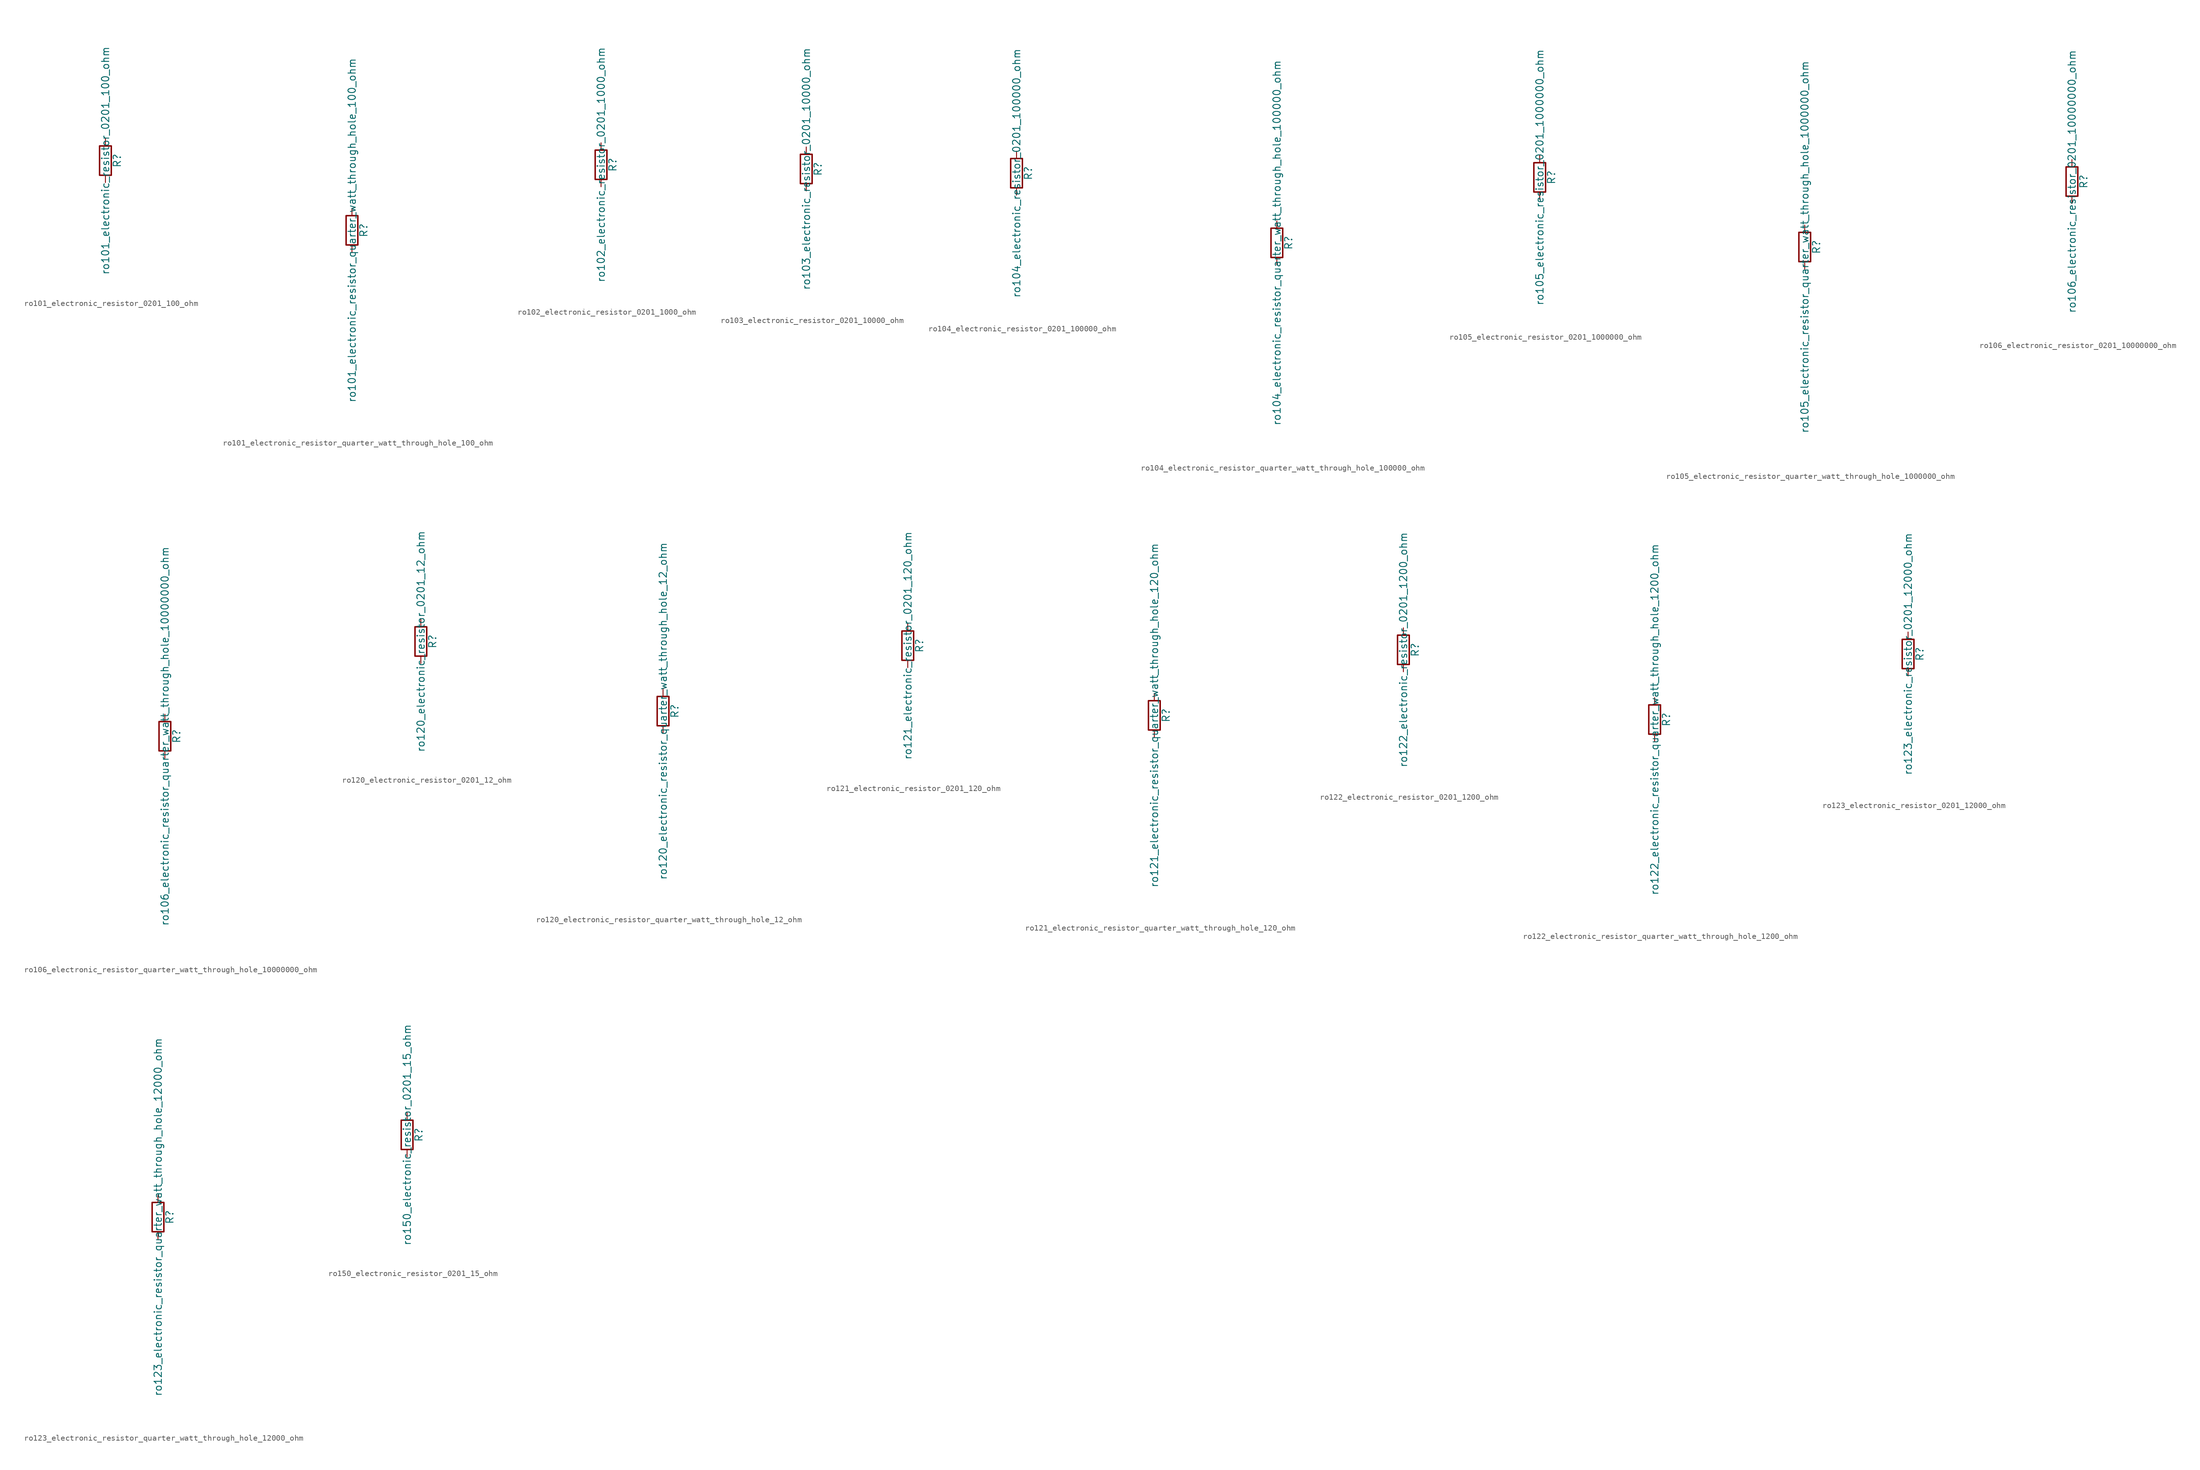
<source format=kicad_sym>
(kicad_symbol_lib
  (version 20220914)
  (generator kicad_symbol_editor)
  (symbol "ro101_electronic_resistor_0201_100_ohm"
    (pin_numbers hide)
    (pin_names
      (offset 0))
    (property "Reference" "R"
      (at 2.032 0 90)
      (effects (font (size 1.27 1.27))))
    (property "Value" "ro101_electronic_resistor_0201_100_ohm"
      (at 0 0 90)
      (effects (font (size 1.27 1.27))))
    (symbol "ro101_electronic_resistor_0201_100_ohm_0_1"
      (rectangle (start -1.016 -2.54) (end 1.016 2.54) (stroke (width 0.254) (type default)) (fill (type none))))
    (symbol "ro101_electronic_resistor_0201_100_ohm_1_1"
      (pin passive line (at 0 3.81 270) (length 1.27) (name "~" (effects (font (size 1.27 1.27)))) (number "1" (effects (font (size 1.27 1.27)))))
      (pin passive line (at 0 -3.81 90) (length 1.27) (name "~" (effects (font (size 1.27 1.27)))) (number "2" (effects (font (size 1.27 1.27)))))))
  (symbol "ro101_electronic_resistor_quarter_watt_through_hole_100_ohm"
    (pin_numbers hide)
    (pin_names
      (offset 0))
    (property "Reference" "R"
      (at 2.032 0 90)
      (effects (font (size 1.27 1.27))))
    (property "Value" "ro101_electronic_resistor_quarter_watt_through_hole_100_ohm"
      (at 0 0 90)
      (effects (font (size 1.27 1.27))))
    (symbol "ro101_electronic_resistor_quarter_watt_through_hole_100_ohm_0_1"
      (rectangle (start -1.016 -2.54) (end 1.016 2.54) (stroke (width 0.254) (type default)) (fill (type none))))
    (symbol "ro101_electronic_resistor_quarter_watt_through_hole_100_ohm_1_1"
      (pin passive line (at 0 3.81 270) (length 1.27) (name "~" (effects (font (size 1.27 1.27)))) (number "1" (effects (font (size 1.27 1.27)))))
      (pin passive line (at 0 -3.81 90) (length 1.27) (name "~" (effects (font (size 1.27 1.27)))) (number "2" (effects (font (size 1.27 1.27)))))))
  (symbol "ro102_electronic_resistor_0201_1000_ohm"
    (pin_numbers hide)
    (pin_names
      (offset 0))
    (property "Reference" "R"
      (at 2.032 0 90)
      (effects (font (size 1.27 1.27))))
    (property "Value" "ro102_electronic_resistor_0201_1000_ohm"
      (at 0 0 90)
      (effects (font (size 1.27 1.27))))
    (symbol "ro102_electronic_resistor_0201_1000_ohm_0_1"
      (rectangle (start -1.016 -2.54) (end 1.016 2.54) (stroke (width 0.254) (type default)) (fill (type none))))
    (symbol "ro102_electronic_resistor_0201_1000_ohm_1_1"
      (pin passive line (at 0 3.81 270) (length 1.27) (name "~" (effects (font (size 1.27 1.27)))) (number "1" (effects (font (size 1.27 1.27)))))
      (pin passive line (at 0 -3.81 90) (length 1.27) (name "~" (effects (font (size 1.27 1.27)))) (number "2" (effects (font (size 1.27 1.27)))))))
  (symbol "ro103_electronic_resistor_0201_10000_ohm"
    (pin_numbers hide)
    (pin_names
      (offset 0))
    (property "Reference" "R"
      (at 2.032 0 90)
      (effects (font (size 1.27 1.27))))
    (property "Value" "ro103_electronic_resistor_0201_10000_ohm"
      (at 0 0 90)
      (effects (font (size 1.27 1.27))))
    (symbol "ro103_electronic_resistor_0201_10000_ohm_0_1"
      (rectangle (start -1.016 -2.54) (end 1.016 2.54) (stroke (width 0.254) (type default)) (fill (type none))))
    (symbol "ro103_electronic_resistor_0201_10000_ohm_1_1"
      (pin passive line (at 0 3.81 270) (length 1.27) (name "~" (effects (font (size 1.27 1.27)))) (number "1" (effects (font (size 1.27 1.27)))))
      (pin passive line (at 0 -3.81 90) (length 1.27) (name "~" (effects (font (size 1.27 1.27)))) (number "2" (effects (font (size 1.27 1.27)))))))
  (symbol "ro104_electronic_resistor_0201_100000_ohm"
    (pin_numbers hide)
    (pin_names
      (offset 0))
    (property "Reference" "R"
      (at 2.032 0 90)
      (effects (font (size 1.27 1.27))))
    (property "Value" "ro104_electronic_resistor_0201_100000_ohm"
      (at 0 0 90)
      (effects (font (size 1.27 1.27))))
    (symbol "ro104_electronic_resistor_0201_100000_ohm_0_1"
      (rectangle (start -1.016 -2.54) (end 1.016 2.54) (stroke (width 0.254) (type default)) (fill (type none))))
    (symbol "ro104_electronic_resistor_0201_100000_ohm_1_1"
      (pin passive line (at 0 3.81 270) (length 1.27) (name "~" (effects (font (size 1.27 1.27)))) (number "1" (effects (font (size 1.27 1.27)))))
      (pin passive line (at 0 -3.81 90) (length 1.27) (name "~" (effects (font (size 1.27 1.27)))) (number "2" (effects (font (size 1.27 1.27)))))))
  (symbol "ro104_electronic_resistor_quarter_watt_through_hole_100000_ohm"
    (pin_numbers hide)
    (pin_names
      (offset 0))
    (property "Reference" "R"
      (at 2.032 0 90)
      (effects (font (size 1.27 1.27))))
    (property "Value" "ro104_electronic_resistor_quarter_watt_through_hole_100000_ohm"
      (at 0 0 90)
      (effects (font (size 1.27 1.27))))
    (symbol "ro104_electronic_resistor_quarter_watt_through_hole_100000_ohm_0_1"
      (rectangle (start -1.016 -2.54) (end 1.016 2.54) (stroke (width 0.254) (type default)) (fill (type none))))
    (symbol "ro104_electronic_resistor_quarter_watt_through_hole_100000_ohm_1_1"
      (pin passive line (at 0 3.81 270) (length 1.27) (name "~" (effects (font (size 1.27 1.27)))) (number "1" (effects (font (size 1.27 1.27)))))
      (pin passive line (at 0 -3.81 90) (length 1.27) (name "~" (effects (font (size 1.27 1.27)))) (number "2" (effects (font (size 1.27 1.27)))))))
  (symbol "ro105_electronic_resistor_0201_1000000_ohm"
    (pin_numbers hide)
    (pin_names
      (offset 0))
    (property "Reference" "R"
      (at 2.032 0 90)
      (effects (font (size 1.27 1.27))))
    (property "Value" "ro105_electronic_resistor_0201_1000000_ohm"
      (at 0 0 90)
      (effects (font (size 1.27 1.27))))
    (symbol "ro105_electronic_resistor_0201_1000000_ohm_0_1"
      (rectangle (start -1.016 -2.54) (end 1.016 2.54) (stroke (width 0.254) (type default)) (fill (type none))))
    (symbol "ro105_electronic_resistor_0201_1000000_ohm_1_1"
      (pin passive line (at 0 3.81 270) (length 1.27) (name "~" (effects (font (size 1.27 1.27)))) (number "1" (effects (font (size 1.27 1.27)))))
      (pin passive line (at 0 -3.81 90) (length 1.27) (name "~" (effects (font (size 1.27 1.27)))) (number "2" (effects (font (size 1.27 1.27)))))))
  (symbol "ro105_electronic_resistor_quarter_watt_through_hole_1000000_ohm"
    (pin_numbers hide)
    (pin_names
      (offset 0))
    (property "Reference" "R"
      (at 2.032 0 90)
      (effects (font (size 1.27 1.27))))
    (property "Value" "ro105_electronic_resistor_quarter_watt_through_hole_1000000_ohm"
      (at 0 0 90)
      (effects (font (size 1.27 1.27))))
    (symbol "ro105_electronic_resistor_quarter_watt_through_hole_1000000_ohm_0_1"
      (rectangle (start -1.016 -2.54) (end 1.016 2.54) (stroke (width 0.254) (type default)) (fill (type none))))
    (symbol "ro105_electronic_resistor_quarter_watt_through_hole_1000000_ohm_1_1"
      (pin passive line (at 0 3.81 270) (length 1.27) (name "~" (effects (font (size 1.27 1.27)))) (number "1" (effects (font (size 1.27 1.27)))))
      (pin passive line (at 0 -3.81 90) (length 1.27) (name "~" (effects (font (size 1.27 1.27)))) (number "2" (effects (font (size 1.27 1.27)))))))
  (symbol "ro106_electronic_resistor_0201_10000000_ohm"
    (pin_numbers hide)
    (pin_names
      (offset 0))
    (property "Reference" "R"
      (at 2.032 0 90)
      (effects (font (size 1.27 1.27))))
    (property "Value" "ro106_electronic_resistor_0201_10000000_ohm"
      (at 0 0 90)
      (effects (font (size 1.27 1.27))))
    (symbol "ro106_electronic_resistor_0201_10000000_ohm_0_1"
      (rectangle (start -1.016 -2.54) (end 1.016 2.54) (stroke (width 0.254) (type default)) (fill (type none))))
    (symbol "ro106_electronic_resistor_0201_10000000_ohm_1_1"
      (pin passive line (at 0 3.81 270) (length 1.27) (name "~" (effects (font (size 1.27 1.27)))) (number "1" (effects (font (size 1.27 1.27)))))
      (pin passive line (at 0 -3.81 90) (length 1.27) (name "~" (effects (font (size 1.27 1.27)))) (number "2" (effects (font (size 1.27 1.27)))))))
  (symbol "ro106_electronic_resistor_quarter_watt_through_hole_10000000_ohm"
    (pin_numbers hide)
    (pin_names
      (offset 0))
    (property "Reference" "R"
      (at 2.032 0 90)
      (effects (font (size 1.27 1.27))))
    (property "Value" "ro106_electronic_resistor_quarter_watt_through_hole_10000000_ohm"
      (at 0 0 90)
      (effects (font (size 1.27 1.27))))
    (symbol "ro106_electronic_resistor_quarter_watt_through_hole_10000000_ohm_0_1"
      (rectangle (start -1.016 -2.54) (end 1.016 2.54) (stroke (width 0.254) (type default)) (fill (type none))))
    (symbol "ro106_electronic_resistor_quarter_watt_through_hole_10000000_ohm_1_1"
      (pin passive line (at 0 3.81 270) (length 1.27) (name "~" (effects (font (size 1.27 1.27)))) (number "1" (effects (font (size 1.27 1.27)))))
      (pin passive line (at 0 -3.81 90) (length 1.27) (name "~" (effects (font (size 1.27 1.27)))) (number "2" (effects (font (size 1.27 1.27)))))))
  (symbol "ro120_electronic_resistor_0201_12_ohm"
    (pin_numbers hide)
    (pin_names
      (offset 0))
    (property "Reference" "R"
      (at 2.032 0 90)
      (effects (font (size 1.27 1.27))))
    (property "Value" "ro120_electronic_resistor_0201_12_ohm"
      (at 0 0 90)
      (effects (font (size 1.27 1.27))))
    (symbol "ro120_electronic_resistor_0201_12_ohm_0_1"
      (rectangle (start -1.016 -2.54) (end 1.016 2.54) (stroke (width 0.254) (type default)) (fill (type none))))
    (symbol "ro120_electronic_resistor_0201_12_ohm_1_1"
      (pin passive line (at 0 3.81 270) (length 1.27) (name "~" (effects (font (size 1.27 1.27)))) (number "1" (effects (font (size 1.27 1.27)))))
      (pin passive line (at 0 -3.81 90) (length 1.27) (name "~" (effects (font (size 1.27 1.27)))) (number "2" (effects (font (size 1.27 1.27)))))))
  (symbol "ro120_electronic_resistor_quarter_watt_through_hole_12_ohm"
    (pin_numbers hide)
    (pin_names
      (offset 0))
    (property "Reference" "R"
      (at 2.032 0 90)
      (effects (font (size 1.27 1.27))))
    (property "Value" "ro120_electronic_resistor_quarter_watt_through_hole_12_ohm"
      (at 0 0 90)
      (effects (font (size 1.27 1.27))))
    (symbol "ro120_electronic_resistor_quarter_watt_through_hole_12_ohm_0_1"
      (rectangle (start -1.016 -2.54) (end 1.016 2.54) (stroke (width 0.254) (type default)) (fill (type none))))
    (symbol "ro120_electronic_resistor_quarter_watt_through_hole_12_ohm_1_1"
      (pin passive line (at 0 3.81 270) (length 1.27) (name "~" (effects (font (size 1.27 1.27)))) (number "1" (effects (font (size 1.27 1.27)))))
      (pin passive line (at 0 -3.81 90) (length 1.27) (name "~" (effects (font (size 1.27 1.27)))) (number "2" (effects (font (size 1.27 1.27)))))))
  (symbol "ro121_electronic_resistor_0201_120_ohm"
    (pin_numbers hide)
    (pin_names
      (offset 0))
    (property "Reference" "R"
      (at 2.032 0 90)
      (effects (font (size 1.27 1.27))))
    (property "Value" "ro121_electronic_resistor_0201_120_ohm"
      (at 0 0 90)
      (effects (font (size 1.27 1.27))))
    (symbol "ro121_electronic_resistor_0201_120_ohm_0_1"
      (rectangle (start -1.016 -2.54) (end 1.016 2.54) (stroke (width 0.254) (type default)) (fill (type none))))
    (symbol "ro121_electronic_resistor_0201_120_ohm_1_1"
      (pin passive line (at 0 3.81 270) (length 1.27) (name "~" (effects (font (size 1.27 1.27)))) (number "1" (effects (font (size 1.27 1.27)))))
      (pin passive line (at 0 -3.81 90) (length 1.27) (name "~" (effects (font (size 1.27 1.27)))) (number "2" (effects (font (size 1.27 1.27)))))))
  (symbol "ro121_electronic_resistor_quarter_watt_through_hole_120_ohm"
    (pin_numbers hide)
    (pin_names
      (offset 0))
    (property "Reference" "R"
      (at 2.032 0 90)
      (effects (font (size 1.27 1.27))))
    (property "Value" "ro121_electronic_resistor_quarter_watt_through_hole_120_ohm"
      (at 0 0 90)
      (effects (font (size 1.27 1.27))))
    (symbol "ro121_electronic_resistor_quarter_watt_through_hole_120_ohm_0_1"
      (rectangle (start -1.016 -2.54) (end 1.016 2.54) (stroke (width 0.254) (type default)) (fill (type none))))
    (symbol "ro121_electronic_resistor_quarter_watt_through_hole_120_ohm_1_1"
      (pin passive line (at 0 3.81 270) (length 1.27) (name "~" (effects (font (size 1.27 1.27)))) (number "1" (effects (font (size 1.27 1.27)))))
      (pin passive line (at 0 -3.81 90) (length 1.27) (name "~" (effects (font (size 1.27 1.27)))) (number "2" (effects (font (size 1.27 1.27)))))))
  (symbol "ro122_electronic_resistor_0201_1200_ohm"
    (pin_numbers hide)
    (pin_names
      (offset 0))
    (property "Reference" "R"
      (at 2.032 0 90)
      (effects (font (size 1.27 1.27))))
    (property "Value" "ro122_electronic_resistor_0201_1200_ohm"
      (at 0 0 90)
      (effects (font (size 1.27 1.27))))
    (symbol "ro122_electronic_resistor_0201_1200_ohm_0_1"
      (rectangle (start -1.016 -2.54) (end 1.016 2.54) (stroke (width 0.254) (type default)) (fill (type none))))
    (symbol "ro122_electronic_resistor_0201_1200_ohm_1_1"
      (pin passive line (at 0 3.81 270) (length 1.27) (name "~" (effects (font (size 1.27 1.27)))) (number "1" (effects (font (size 1.27 1.27)))))
      (pin passive line (at 0 -3.81 90) (length 1.27) (name "~" (effects (font (size 1.27 1.27)))) (number "2" (effects (font (size 1.27 1.27)))))))
  (symbol "ro122_electronic_resistor_quarter_watt_through_hole_1200_ohm"
    (pin_numbers hide)
    (pin_names
      (offset 0))
    (property "Reference" "R"
      (at 2.032 0 90)
      (effects (font (size 1.27 1.27))))
    (property "Value" "ro122_electronic_resistor_quarter_watt_through_hole_1200_ohm"
      (at 0 0 90)
      (effects (font (size 1.27 1.27))))
    (symbol "ro122_electronic_resistor_quarter_watt_through_hole_1200_ohm_0_1"
      (rectangle (start -1.016 -2.54) (end 1.016 2.54) (stroke (width 0.254) (type default)) (fill (type none))))
    (symbol "ro122_electronic_resistor_quarter_watt_through_hole_1200_ohm_1_1"
      (pin passive line (at 0 3.81 270) (length 1.27) (name "~" (effects (font (size 1.27 1.27)))) (number "1" (effects (font (size 1.27 1.27)))))
      (pin passive line (at 0 -3.81 90) (length 1.27) (name "~" (effects (font (size 1.27 1.27)))) (number "2" (effects (font (size 1.27 1.27)))))))
  (symbol "ro123_electronic_resistor_0201_12000_ohm"
    (pin_numbers hide)
    (pin_names
      (offset 0))
    (property "Reference" "R"
      (at 2.032 0 90)
      (effects (font (size 1.27 1.27))))
    (property "Value" "ro123_electronic_resistor_0201_12000_ohm"
      (at 0 0 90)
      (effects (font (size 1.27 1.27))))
    (symbol "ro123_electronic_resistor_0201_12000_ohm_0_1"
      (rectangle (start -1.016 -2.54) (end 1.016 2.54) (stroke (width 0.254) (type default)) (fill (type none))))
    (symbol "ro123_electronic_resistor_0201_12000_ohm_1_1"
      (pin passive line (at 0 3.81 270) (length 1.27) (name "~" (effects (font (size 1.27 1.27)))) (number "1" (effects (font (size 1.27 1.27)))))
      (pin passive line (at 0 -3.81 90) (length 1.27) (name "~" (effects (font (size 1.27 1.27)))) (number "2" (effects (font (size 1.27 1.27)))))))
  (symbol "ro123_electronic_resistor_quarter_watt_through_hole_12000_ohm"
    (pin_numbers hide)
    (pin_names
      (offset 0))
    (property "Reference" "R"
      (at 2.032 0 90)
      (effects (font (size 1.27 1.27))))
    (property "Value" "ro123_electronic_resistor_quarter_watt_through_hole_12000_ohm"
      (at 0 0 90)
      (effects (font (size 1.27 1.27))))
    (symbol "ro123_electronic_resistor_quarter_watt_through_hole_12000_ohm_0_1"
      (rectangle (start -1.016 -2.54) (end 1.016 2.54) (stroke (width 0.254) (type default)) (fill (type none))))
    (symbol "ro123_electronic_resistor_quarter_watt_through_hole_12000_ohm_1_1"
      (pin passive line (at 0 3.81 270) (length 1.27) (name "~" (effects (font (size 1.27 1.27)))) (number "1" (effects (font (size 1.27 1.27)))))
      (pin passive line (at 0 -3.81 90) (length 1.27) (name "~" (effects (font (size 1.27 1.27)))) (number "2" (effects (font (size 1.27 1.27)))))))
  (symbol "ro150_electronic_resistor_0201_15_ohm"
    (pin_numbers hide)
    (pin_names
      (offset 0))
    (property "Reference" "R"
      (at 2.032 0 90)
      (effects (font (size 1.27 1.27))))
    (property "Value" "ro150_electronic_resistor_0201_15_ohm"
      (at 0 0 90)
      (effects (font (size 1.27 1.27))))
    (symbol "ro150_electronic_resistor_0201_15_ohm_0_1"
      (rectangle (start -1.016 -2.54) (end 1.016 2.54) (stroke (width 0.254) (type default)) (fill (type none))))
    (symbol "ro150_electronic_resistor_0201_15_ohm_1_1"
      (pin passive line (at 0 3.81 270) (length 1.27) (name "~" (effects (font (size 1.27 1.27)))) (number "1" (effects (font (size 1.27 1.27)))))
      (pin passive line (at 0 -3.81 90) (length 1.27) (name "~" (effects (font (size 1.27 1.27)))) (number "2" (effects (font (size 1.27 1.27))))))))
</source>
